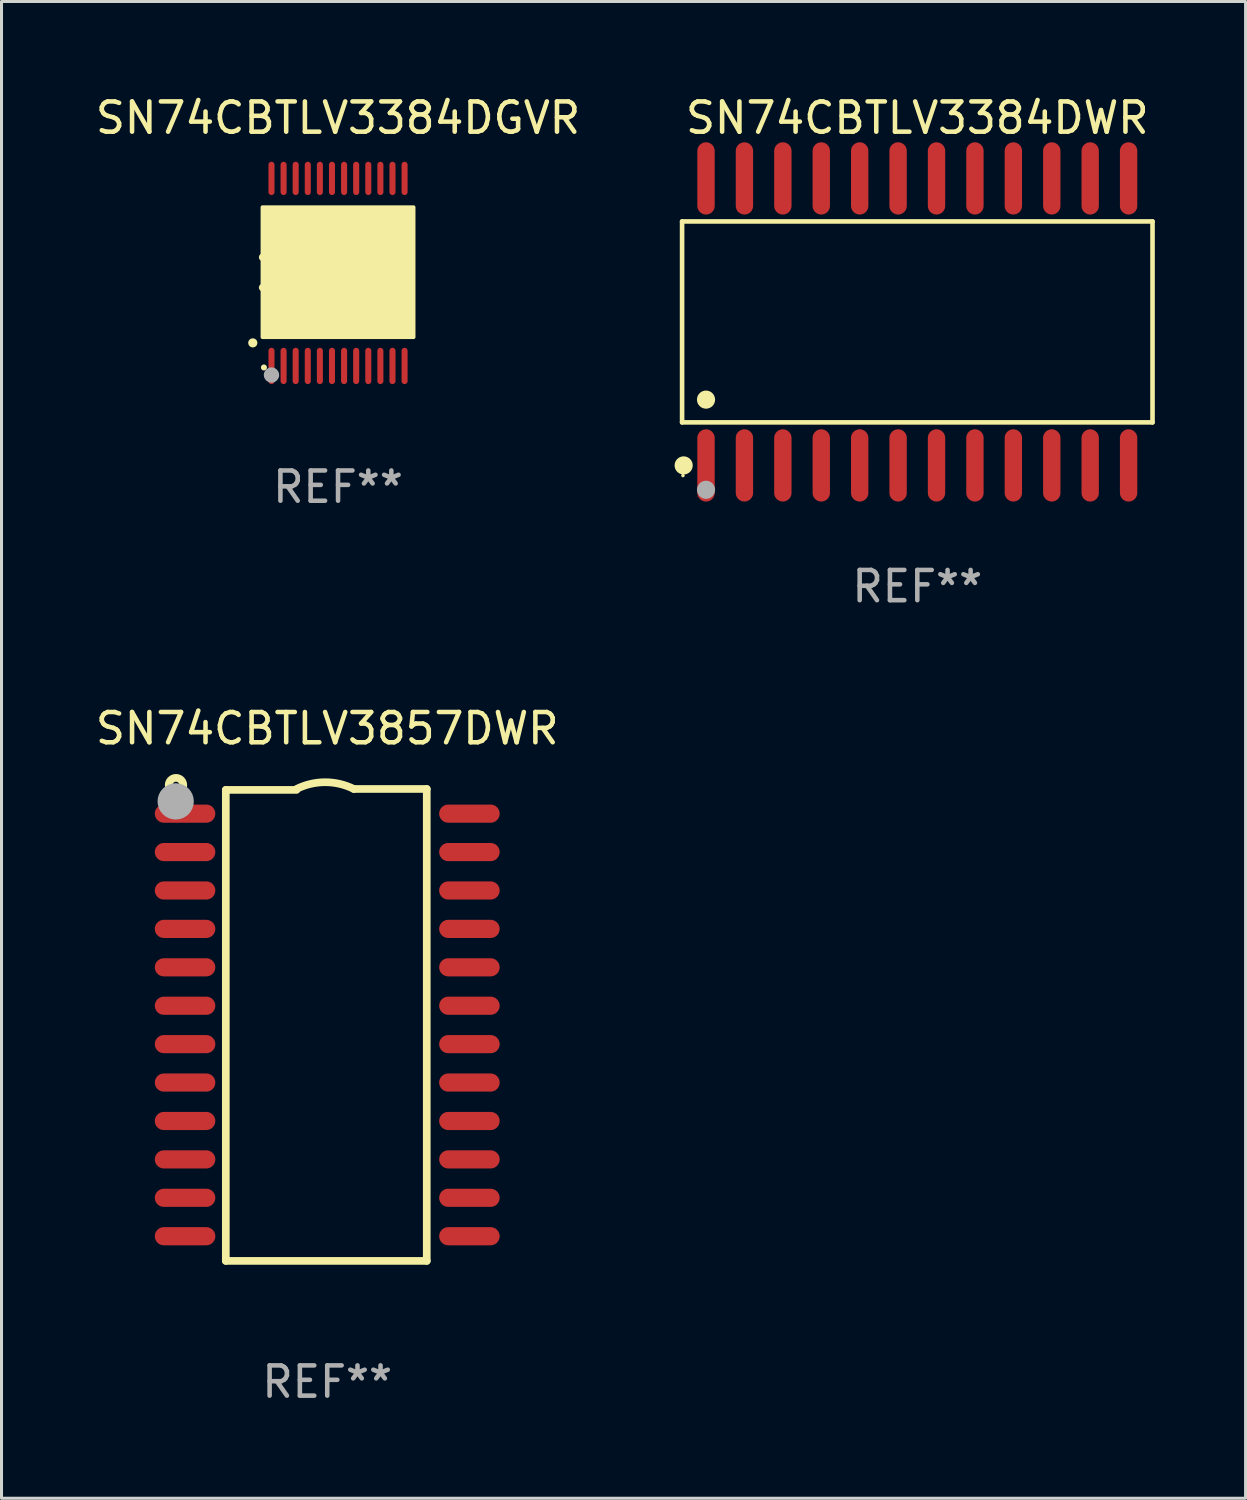
<source format=kicad_pcb>
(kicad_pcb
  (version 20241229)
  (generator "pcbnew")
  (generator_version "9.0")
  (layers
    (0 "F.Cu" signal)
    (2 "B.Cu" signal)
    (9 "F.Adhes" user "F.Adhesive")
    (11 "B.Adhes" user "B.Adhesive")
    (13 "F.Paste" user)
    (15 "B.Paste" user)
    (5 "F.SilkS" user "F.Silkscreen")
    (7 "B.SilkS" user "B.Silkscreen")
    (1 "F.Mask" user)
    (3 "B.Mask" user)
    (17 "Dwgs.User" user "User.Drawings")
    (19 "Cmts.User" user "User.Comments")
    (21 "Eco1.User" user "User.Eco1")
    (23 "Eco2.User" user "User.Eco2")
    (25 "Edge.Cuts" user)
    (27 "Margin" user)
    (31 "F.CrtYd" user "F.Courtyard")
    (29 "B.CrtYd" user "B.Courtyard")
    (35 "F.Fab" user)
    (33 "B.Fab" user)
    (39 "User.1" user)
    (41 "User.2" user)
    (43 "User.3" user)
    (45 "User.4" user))
  (footprint "SN74CBTLV3384DGVR"
    (layer "F.Cu")
    (at 8.125 5.948)
    (property "Reference" "SN74CBTLV3384DGVR" (at 0 -5.1 0) (layer "F.SilkS") (effects (font (size 1 1) (thickness 0.15))))
    (attr through_hole)
    (fp_arc (start -2.819355 2.336703) (mid -2.818085 2.336698) (end -2.816815 2.336703) (stroke (width 0.3) (type solid)) (layer "F.SilkS"))
    (fp_arc (start -2.489154 -0.492863) (mid -1.989154 0.007518) (end -2.489154 0.507899) (stroke (width 0.254001) (type solid)) (layer "F.SilkS"))
    (fp_circle (center -2.45 3.15) (end -2.4 3.15) (stroke (width 0.1) (type solid)) (fill no) (layer "F.SilkS"))
    (fp_poly (pts (xy -2.5 -2.15) (xy 2.5 -2.15) (xy 2.5 2.15) (xy -2.5 2.15)) (stroke (width 0.12) (type solid)) (fill yes) (layer "F.SilkS"))
    (fp_circle (center -2.2 3.4) (end -2.073 3.4) (stroke (width 0.254) (type solid)) (fill no) (layer "F.Fab"))
    (fp_text user "REF**" (at 0 7.1 0) (layer "F.Fab") (effects (font (size 1 1) (thickness 0.15))))
    (pad "1" smd oval (at -2.2 3.1 180) (size 0.2 1.2) (layers "F.Cu" "F.Mask" "F.Paste"))
    (pad "2" smd oval (at -1.8 3.1 180) (size 0.2 1.2) (layers "F.Cu" "F.Mask" "F.Paste"))
    (pad "3" smd oval (at -1.4 3.1 180) (size 0.2 1.2) (layers "F.Cu" "F.Mask" "F.Paste"))
    (pad "4" smd oval (at -1 3.1 180) (size 0.2 1.2) (layers "F.Cu" "F.Mask" "F.Paste"))
    (pad "5" smd oval (at -0.6 3.1 180) (size 0.2 1.2) (layers "F.Cu" "F.Mask" "F.Paste"))
    (pad "6" smd oval (at -0.2 3.1 180) (size 0.2 1.2) (layers "F.Cu" "F.Mask" "F.Paste"))
    (pad "7" smd oval (at 0.2 3.1 180) (size 0.2 1.2) (layers "F.Cu" "F.Mask" "F.Paste"))
    (pad "8" smd oval (at 0.6 3.1 180) (size 0.2 1.2) (layers "F.Cu" "F.Mask" "F.Paste"))
    (pad "9" smd oval (at 1 3.1 180) (size 0.2 1.2) (layers "F.Cu" "F.Mask" "F.Paste"))
    (pad "10" smd oval (at 1.4 3.1 180) (size 0.2 1.2) (layers "F.Cu" "F.Mask" "F.Paste"))
    (pad "11" smd oval (at 1.8 3.1 180) (size 0.2 1.2) (layers "F.Cu" "F.Mask" "F.Paste"))
    (pad "12" smd oval (at 2.2 3.1 180) (size 0.2 1.2) (layers "F.Cu" "F.Mask" "F.Paste"))
    (pad "13" smd oval (at 2.2 -3.1 180) (size 0.2 1.1) (layers "F.Cu" "F.Mask" "F.Paste"))
    (pad "14" smd oval (at 1.8 -3.1 180) (size 0.2 1.1) (layers "F.Cu" "F.Mask" "F.Paste"))
    (pad "15" smd oval (at 1.4 -3.1 180) (size 0.2 1.1) (layers "F.Cu" "F.Mask" "F.Paste"))
    (pad "16" smd oval (at 1 -3.1 180) (size 0.2 1.1) (layers "F.Cu" "F.Mask" "F.Paste"))
    (pad "17" smd oval (at 0.6 -3.1 180) (size 0.2 1.1) (layers "F.Cu" "F.Mask" "F.Paste"))
    (pad "18" smd oval (at 0.2 -3.1 180) (size 0.2 1.1) (layers "F.Cu" "F.Mask" "F.Paste"))
    (pad "19" smd oval (at -0.2 -3.1 180) (size 0.2 1.1) (layers "F.Cu" "F.Mask" "F.Paste"))
    (pad "20" smd oval (at -0.6 -3.1 180) (size 0.2 1.1) (layers "F.Cu" "F.Mask" "F.Paste"))
    (pad "21" smd oval (at -1 -3.1 180) (size 0.2 1.1) (layers "F.Cu" "F.Mask" "F.Paste"))
    (pad "22" smd oval (at -1.4 -3.1 180) (size 0.2 1.1) (layers "F.Cu" "F.Mask" "F.Paste"))
    (pad "23" smd oval (at -1.8 -3.1 180) (size 0.2 1.1) (layers "F.Cu" "F.Mask" "F.Paste"))
    (pad "24" smd oval (at -2.2 -3.1 180) (size 0.2 1.1) (layers "F.Cu" "F.Mask" "F.Paste")))
  (footprint "SN74CBTLV3384DWR"
    (layer "F.Cu")
    (at 27.275 7.592)
    (property "Reference" "SN74CBTLV3384DWR" (at 0 -6.744 0) (layer "F.SilkS") (effects (font (size 1 1) (thickness 0.15))))
    (attr through_hole)
    (fp_line (start -7.776 -3.321) (end 7.776 -3.321) (stroke (width 0.152) (type solid)) (layer "F.SilkS"))
    (fp_line (start -7.776 3.321) (end -7.776 -3.321) (stroke (width 0.152) (type solid)) (layer "F.SilkS"))
    (fp_line (start 7.776 -3.321) (end 7.776 3.321) (stroke (width 0.152) (type solid)) (layer "F.SilkS"))
    (fp_line (start 7.776 3.321) (end -7.776 3.321) (stroke (width 0.152) (type solid)) (layer "F.SilkS"))
    (fp_circle (center -7.747 5.08) (end -7.717 5.08) (stroke (width 0.06) (type solid)) (fill no) (layer "F.SilkS"))
    (fp_circle (center -7.724 4.744) (end -7.574 4.744) (stroke (width 0.3) (type solid)) (fill no) (layer "F.SilkS"))
    (fp_circle (center -6.985 2.569) (end -6.835 2.569) (stroke (width 0.3) (type solid)) (fill no) (layer "F.SilkS"))
    (fp_circle (center -6.985 5.55) (end -6.835 5.55) (stroke (width 0.3) (type solid)) (fill no) (layer "F.Fab"))
    (fp_text user "REF**" (at 0 8.744 0) (layer "F.Fab") (effects (font (size 1 1) (thickness 0.15))))
    (pad "1" smd oval (at -6.985 4.744) (size 0.574 2.388) (layers "F.Cu" "F.Mask" "F.Paste"))
    (pad "2" smd oval (at -5.715 4.744) (size 0.574 2.388) (layers "F.Cu" "F.Mask" "F.Paste"))
    (pad "3" smd oval (at -4.445 4.744) (size 0.574 2.388) (layers "F.Cu" "F.Mask" "F.Paste"))
    (pad "4" smd oval (at -3.175 4.744) (size 0.574 2.388) (layers "F.Cu" "F.Mask" "F.Paste"))
    (pad "5" smd oval (at -1.905 4.744) (size 0.574 2.388) (layers "F.Cu" "F.Mask" "F.Paste"))
    (pad "6" smd oval (at -0.635 4.744) (size 0.574 2.388) (layers "F.Cu" "F.Mask" "F.Paste"))
    (pad "7" smd oval (at 0.635 4.744) (size 0.574 2.388) (layers "F.Cu" "F.Mask" "F.Paste"))
    (pad "8" smd oval (at 1.905 4.744) (size 0.574 2.388) (layers "F.Cu" "F.Mask" "F.Paste"))
    (pad "9" smd oval (at 3.175 4.744) (size 0.574 2.388) (layers "F.Cu" "F.Mask" "F.Paste"))
    (pad "10" smd oval (at 4.445 4.744) (size 0.574 2.388) (layers "F.Cu" "F.Mask" "F.Paste"))
    (pad "11" smd oval (at 5.715 4.744) (size 0.574 2.388) (layers "F.Cu" "F.Mask" "F.Paste"))
    (pad "12" smd oval (at 6.985 4.744) (size 0.574 2.388) (layers "F.Cu" "F.Mask" "F.Paste"))
    (pad "13" smd oval (at 6.985 -4.744) (size 0.574 2.388) (layers "F.Cu" "F.Mask" "F.Paste"))
    (pad "14" smd oval (at 5.715 -4.744) (size 0.574 2.388) (layers "F.Cu" "F.Mask" "F.Paste"))
    (pad "15" smd oval (at 4.445 -4.744) (size 0.574 2.388) (layers "F.Cu" "F.Mask" "F.Paste"))
    (pad "16" smd oval (at 3.175 -4.744) (size 0.574 2.388) (layers "F.Cu" "F.Mask" "F.Paste"))
    (pad "17" smd oval (at 1.905 -4.744) (size 0.574 2.388) (layers "F.Cu" "F.Mask" "F.Paste"))
    (pad "18" smd oval (at 0.635 -4.744) (size 0.574 2.388) (layers "F.Cu" "F.Mask" "F.Paste"))
    (pad "19" smd oval (at -0.635 -4.744) (size 0.574 2.388) (layers "F.Cu" "F.Mask" "F.Paste"))
    (pad "20" smd oval (at -1.905 -4.744) (size 0.574 2.388) (layers "F.Cu" "F.Mask" "F.Paste"))
    (pad "21" smd oval (at -3.175 -4.744) (size 0.574 2.388) (layers "F.Cu" "F.Mask" "F.Paste"))
    (pad "22" smd oval (at -4.445 -4.744) (size 0.574 2.388) (layers "F.Cu" "F.Mask" "F.Paste"))
    (pad "23" smd oval (at -5.715 -4.744) (size 0.574 2.388) (layers "F.Cu" "F.Mask" "F.Paste"))
    (pad "24" smd oval (at -6.985 -4.744) (size 0.574 2.388) (layers "F.Cu" "F.Mask" "F.Paste")))
  (footprint "SN74CBTLV3857DWR"
    (layer "F.Cu")
    (at 7.768 30.833)
    (property "Reference" "SN74CBTLV3857DWR" (at 0 -9.8 0) (layer "F.SilkS") (effects (font (size 1 1) (thickness 0.15))))
    (attr through_hole)
    (fp_line (start -3.353 -7.77) (end -1.016 -7.77) (stroke (width 0.254) (type solid)) (layer "F.SilkS"))
    (fp_line (start -3.353 7.8) (end -3.353 -7.77) (stroke (width 0.254) (type solid)) (layer "F.SilkS"))
    (fp_line (start 0.881 -7.8) (end 3.29 -7.8) (stroke (width 0.254) (type solid)) (layer "F.SilkS"))
    (fp_line (start 3.29 -7.8) (end 3.29 7.8) (stroke (width 0.254) (type solid)) (layer "F.SilkS"))
    (fp_line (start 3.29 7.8) (end -3.353 7.8) (stroke (width 0.254) (type solid)) (layer "F.SilkS"))
    (fp_arc (start -1.015951 -7.800025) (mid -0.067691 -8.023879) (end 0.880569 -7.800025) (stroke (width 0.254001) (type solid)) (layer "F.SilkS"))
    (fp_circle (center -5 -7.927) (end -4.886 -7.927) (stroke (width 0.254) (type solid)) (fill no) (layer "F.SilkS"))
    (fp_circle (center -5.01 -7.39) (end -4.71 -7.39) (stroke (width 0.6) (type solid)) (fill no) (layer "F.Fab"))
    (fp_text user "REF**" (at 0 11.8 0) (layer "F.Fab") (effects (font (size 1 1) (thickness 0.15))))
    (pad "1" smd oval (at -4.7 -6.985 270) (size 0.6 2) (layers "F.Cu" "F.Mask" "F.Paste"))
    (pad "2" smd oval (at -4.7 -5.715 270) (size 0.6 2) (layers "F.Cu" "F.Mask" "F.Paste"))
    (pad "3" smd oval (at -4.7 -4.445 270) (size 0.6 2) (layers "F.Cu" "F.Mask" "F.Paste"))
    (pad "4" smd oval (at -4.7 -3.175 270) (size 0.6 2) (layers "F.Cu" "F.Mask" "F.Paste"))
    (pad "5" smd oval (at -4.7 -1.905 270) (size 0.6 2) (layers "F.Cu" "F.Mask" "F.Paste"))
    (pad "6" smd oval (at -4.7 -0.635 270) (size 0.6 2) (layers "F.Cu" "F.Mask" "F.Paste"))
    (pad "7" smd oval (at -4.7 0.635 270) (size 0.6 2) (layers "F.Cu" "F.Mask" "F.Paste"))
    (pad "8" smd oval (at -4.7 1.905 270) (size 0.6 2) (layers "F.Cu" "F.Mask" "F.Paste"))
    (pad "9" smd oval (at -4.7 3.175 270) (size 0.6 2) (layers "F.Cu" "F.Mask" "F.Paste"))
    (pad "10" smd oval (at -4.7 4.445 270) (size 0.6 2) (layers "F.Cu" "F.Mask" "F.Paste"))
    (pad "11" smd oval (at -4.7 5.715 270) (size 0.6 2) (layers "F.Cu" "F.Mask" "F.Paste"))
    (pad "12" smd oval (at -4.7 6.985 270) (size 0.6 2) (layers "F.Cu" "F.Mask" "F.Paste"))
    (pad "13" smd oval (at 4.7 6.985 270) (size 0.6 2) (layers "F.Cu" "F.Mask" "F.Paste"))
    (pad "14" smd oval (at 4.7 5.715 270) (size 0.6 2) (layers "F.Cu" "F.Mask" "F.Paste"))
    (pad "15" smd oval (at 4.7 4.445 270) (size 0.6 2) (layers "F.Cu" "F.Mask" "F.Paste"))
    (pad "16" smd oval (at 4.7 3.175 270) (size 0.6 2) (layers "F.Cu" "F.Mask" "F.Paste"))
    (pad "17" smd oval (at 4.7 1.905 270) (size 0.6 2) (layers "F.Cu" "F.Mask" "F.Paste"))
    (pad "18" smd oval (at 4.7 0.635 270) (size 0.6 2) (layers "F.Cu" "F.Mask" "F.Paste"))
    (pad "19" smd oval (at 4.7 -0.635 270) (size 0.6 2) (layers "F.Cu" "F.Mask" "F.Paste"))
    (pad "20" smd oval (at 4.7 -1.905 270) (size 0.6 2) (layers "F.Cu" "F.Mask" "F.Paste"))
    (pad "21" smd oval (at 4.7 -3.175 270) (size 0.6 2) (layers "F.Cu" "F.Mask" "F.Paste"))
    (pad "22" smd oval (at 4.7 -4.445 270) (size 0.6 2) (layers "F.Cu" "F.Mask" "F.Paste"))
    (pad "23" smd oval (at 4.7 -5.715 270) (size 0.6 2) (layers "F.Cu" "F.Mask" "F.Paste"))
    (pad "24" smd oval (at 4.7 -6.985 270) (size 0.6 2) (layers "F.Cu" "F.Mask" "F.Paste")))
  (gr_rect
    (start -3 -3)
    (end 38.127 46.481)
    (stroke (width 0.1) (type default))
    (fill no)
    (layer "Edge.Cuts")))
</source>
